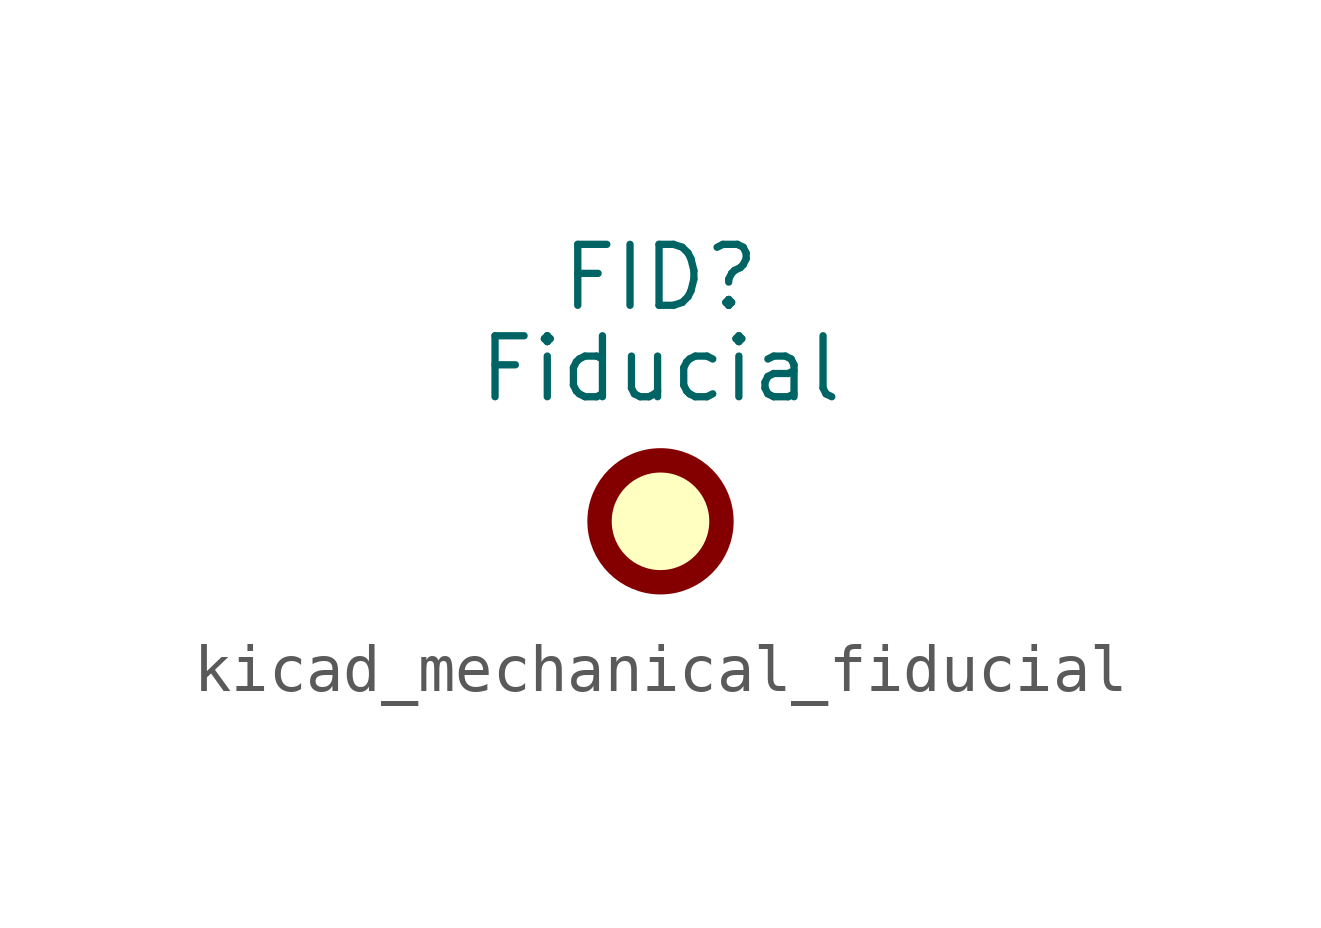
<source format=kicad_sym>
(kicad_symbol_lib
  (version 20220914)
  (generator kicad_symbol_editor)
  (symbol "kicad_mechanical_fiducial"
    (property "Reference" "FID"
      (at 0 5.08 0)
      (effects (font (size 1.27 1.27))))
    (property "Value" "Fiducial"
      (at 0 3.175 0)
      (effects (font (size 1.27 1.27))))
    (symbol "kicad_mechanical_fiducial_0_1"
      (circle (center 0 0) (radius 1.27) (stroke (width 0.508) (type default)) (fill (type background))))))
</source>
